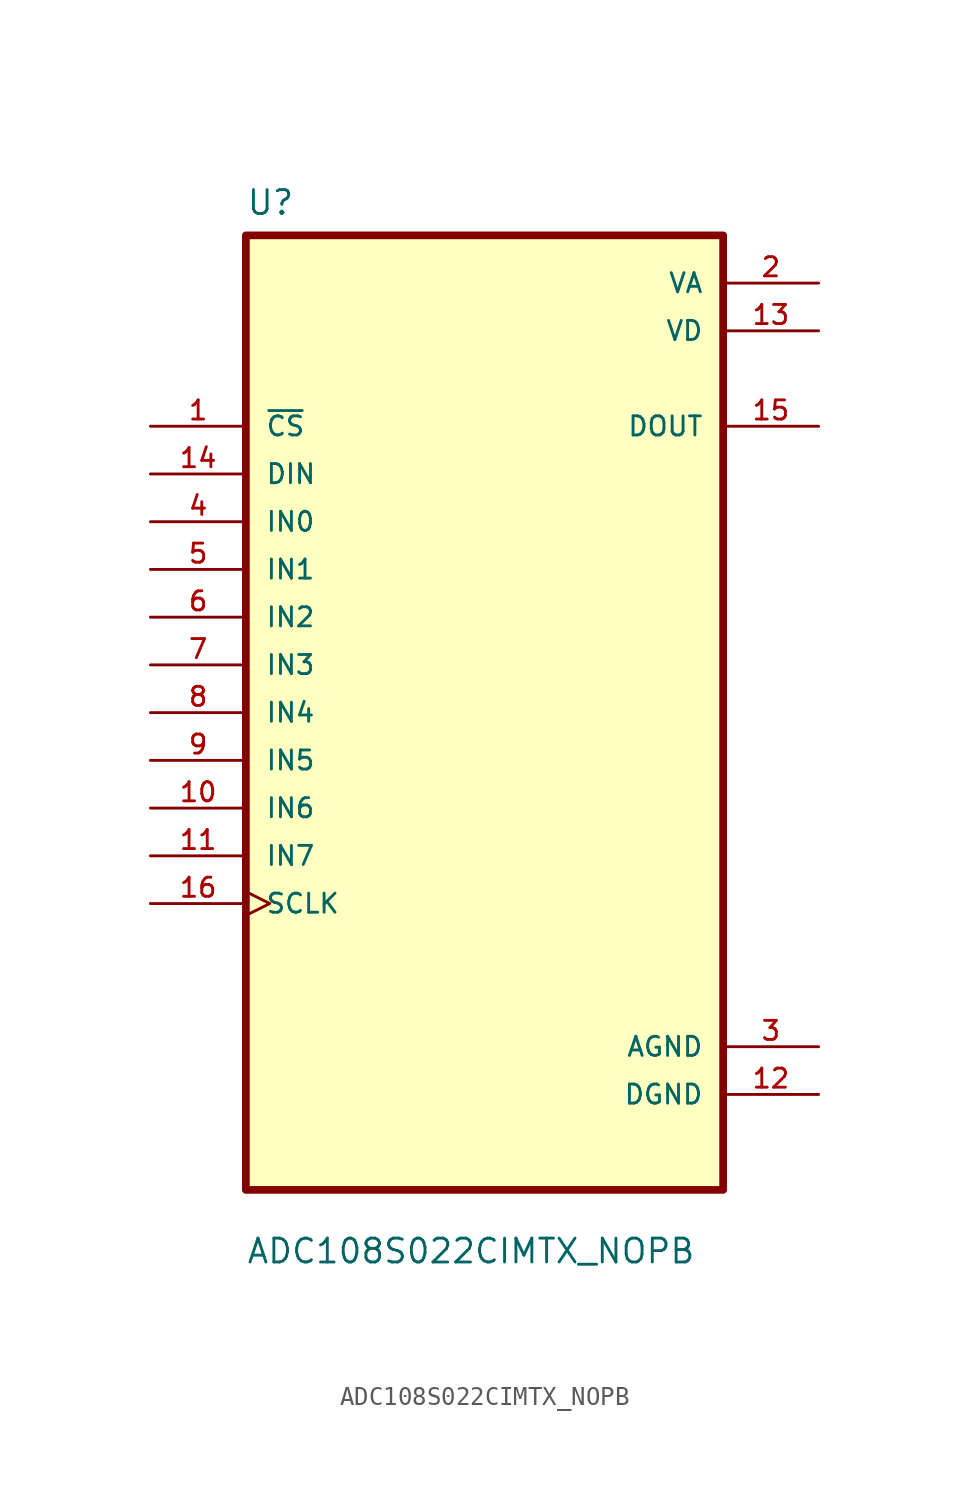
<source format=kicad_sym>
(kicad_symbol_lib
  (version 20211014)
  (generator kicad_symbol_editor)
  (symbol "ADC108S022CIMTX_NOPB"
    (pin_names
      (offset 1.016))
    (property "Reference" "U"
      (at -12.7 26.4 0.0)
      (effects (font (size 1.27 1.27)) (justify bottom left)))
    (property "Value" "ADC108S022CIMTX_NOPB"
      (at -12.7 -29.4 0.0)
      (effects (font (size 1.27 1.27)) (justify bottom left)))
    (symbol "ADC108S022CIMTX_NOPB_0_0"
      (rectangle (start -12.7 -25.4) (end 12.7 25.4) (stroke (width 0.41)) (fill (type background)))
      (pin input line (at -17.78 15.24 0) (length 5.08) (name "~{CS}" (effects (font (size 1.016 1.016)))) (number "1" (effects (font (size 1.016 1.016)))))
      (pin input line (at -17.78 12.7 0) (length 5.08) (name "DIN" (effects (font (size 1.016 1.016)))) (number "14" (effects (font (size 1.016 1.016)))))
      (pin input line (at -17.78 10.16 0) (length 5.08) (name "IN0" (effects (font (size 1.016 1.016)))) (number "4" (effects (font (size 1.016 1.016)))))
      (pin input line (at -17.78 7.62 0) (length 5.08) (name "IN1" (effects (font (size 1.016 1.016)))) (number "5" (effects (font (size 1.016 1.016)))))
      (pin input line (at -17.78 5.08 0) (length 5.08) (name "IN2" (effects (font (size 1.016 1.016)))) (number "6" (effects (font (size 1.016 1.016)))))
      (pin input line (at -17.78 2.54 0) (length 5.08) (name "IN3" (effects (font (size 1.016 1.016)))) (number "7" (effects (font (size 1.016 1.016)))))
      (pin input line (at -17.78 0.0 0) (length 5.08) (name "IN4" (effects (font (size 1.016 1.016)))) (number "8" (effects (font (size 1.016 1.016)))))
      (pin input line (at -17.78 -2.54 0) (length 5.08) (name "IN5" (effects (font (size 1.016 1.016)))) (number "9" (effects (font (size 1.016 1.016)))))
      (pin input line (at -17.78 -5.08 0) (length 5.08) (name "IN6" (effects (font (size 1.016 1.016)))) (number "10" (effects (font (size 1.016 1.016)))))
      (pin input line (at -17.78 -7.62 0) (length 5.08) (name "IN7" (effects (font (size 1.016 1.016)))) (number "11" (effects (font (size 1.016 1.016)))))
      (pin input clock (at -17.78 -10.16 0) (length 5.08) (name "SCLK" (effects (font (size 1.016 1.016)))) (number "16" (effects (font (size 1.016 1.016)))))
      (pin power_in line (at 17.78 22.86 180.0) (length 5.08) (name "VA" (effects (font (size 1.016 1.016)))) (number "2" (effects (font (size 1.016 1.016)))))
      (pin power_in line (at 17.78 20.32 180.0) (length 5.08) (name "VD" (effects (font (size 1.016 1.016)))) (number "13" (effects (font (size 1.016 1.016)))))
      (pin output line (at 17.78 15.24 180.0) (length 5.08) (name "DOUT" (effects (font (size 1.016 1.016)))) (number "15" (effects (font (size 1.016 1.016)))))
      (pin power_in line (at 17.78 -17.78 180.0) (length 5.08) (name "AGND" (effects (font (size 1.016 1.016)))) (number "3" (effects (font (size 1.016 1.016)))))
      (pin power_in line (at 17.78 -20.32 180.0) (length 5.08) (name "DGND" (effects (font (size 1.016 1.016)))) (number "12" (effects (font (size 1.016 1.016))))))))
</source>
